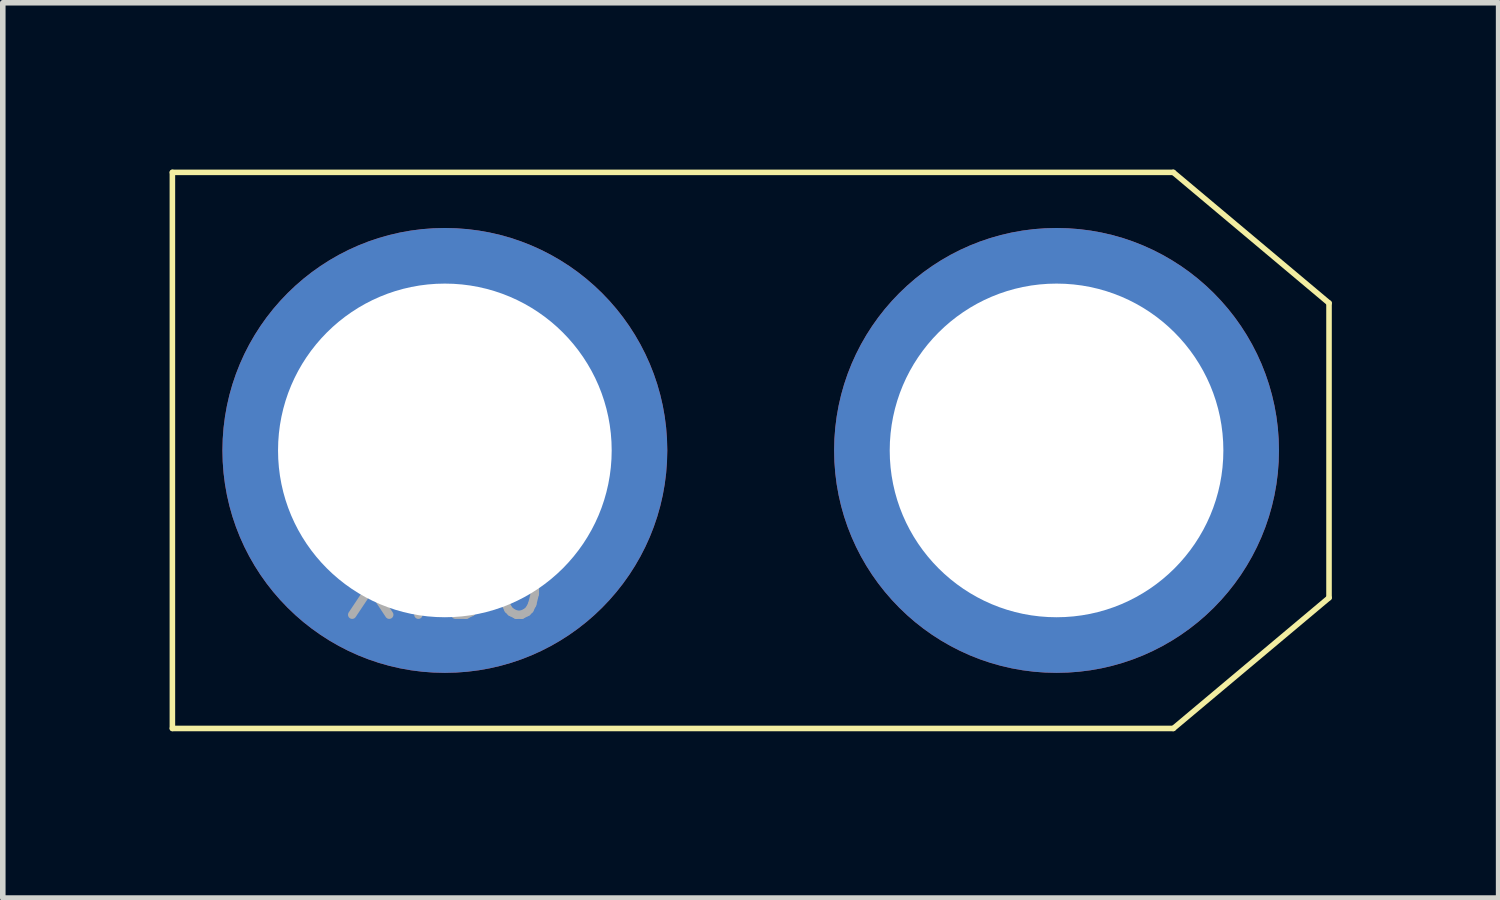
<source format=kicad_pcb>
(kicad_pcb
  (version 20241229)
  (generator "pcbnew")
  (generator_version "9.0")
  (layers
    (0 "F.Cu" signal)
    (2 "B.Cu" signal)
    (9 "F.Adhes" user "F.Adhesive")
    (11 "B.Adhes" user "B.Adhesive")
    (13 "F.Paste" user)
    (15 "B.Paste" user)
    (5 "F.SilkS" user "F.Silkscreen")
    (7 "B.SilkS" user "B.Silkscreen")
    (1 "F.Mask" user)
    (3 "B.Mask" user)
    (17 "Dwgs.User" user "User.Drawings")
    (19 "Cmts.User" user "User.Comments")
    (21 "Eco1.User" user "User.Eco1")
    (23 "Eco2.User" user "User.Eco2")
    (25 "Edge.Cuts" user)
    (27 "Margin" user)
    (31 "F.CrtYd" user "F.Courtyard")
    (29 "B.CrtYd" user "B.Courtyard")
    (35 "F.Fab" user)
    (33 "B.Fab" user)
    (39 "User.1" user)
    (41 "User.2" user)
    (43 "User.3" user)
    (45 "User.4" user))
  (footprint "XT90"
    (layer "F.Cu")
    (at 4.95 5.05)
    (property "Reference" "XT90" (at 0 -0.5 0) (unlocked yes) (layer "F.SilkS") (effects (font (size 1 1) (thickness 0.1))))
    (attr through_hole)
    (fp_line (start -4.9 -5) (end -4.9 5) (stroke (width 0.1) (type default)) (layer "F.SilkS"))
    (fp_line (start -4.9 -5) (end 13.1 -5) (stroke (width 0.1) (type default)) (layer "F.SilkS"))
    (fp_line (start -4.9 5) (end 13.1 5) (stroke (width 0.1) (type default)) (layer "F.SilkS"))
    (fp_line (start 13.1 -5) (end 15.9 -2.65) (stroke (width 0.1) (type default)) (layer "F.SilkS"))
    (fp_line (start 13.1 5) (end 15.9 2.65) (stroke (width 0.1) (type default)) (layer "F.SilkS"))
    (fp_line (start 15.9 2.65) (end 15.9 -2.65) (stroke (width 0.1) (type default)) (layer "F.SilkS"))
    (fp_text user "${REFERENCE}" (at 0 2.5 0) (unlocked yes) (layer "F.Fab") (effects (font (size 1 1) (thickness 0.15))))
    (pad "1" thru_hole circle (at 0 0) (size 8 8) (drill 6) (layers "*.Cu" "*.Mask"))
    (pad "2" thru_hole circle (at 11 0) (size 8 8) (drill 6) (layers "*.Cu" "*.Mask")))
  (gr_rect
    (start -3 -3)
    (end 23.9 13.1)
    (stroke (width 0.1) (type default))
    (fill no)
    (layer "Edge.Cuts")))
</source>
